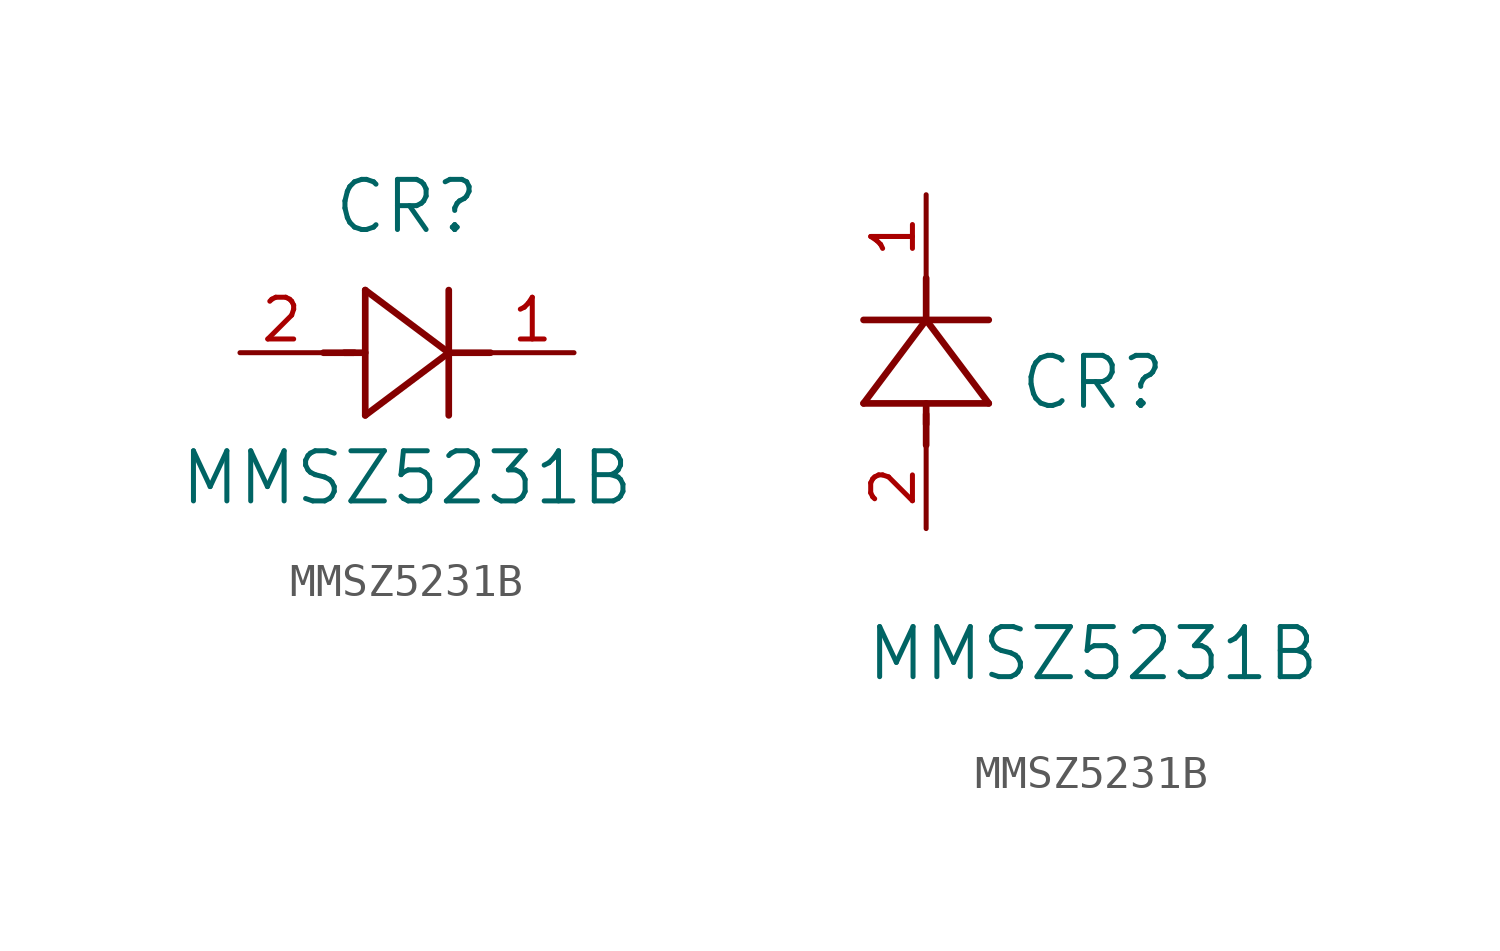
<source format=kicad_sym>
(kicad_symbol_lib
  (version 20211014)
  (generator kicad_symbol_editor)
  (symbol "MMSZ5231B"
    (pin_names
      (offset 0.254))
    (property "Reference" "CR"
      (at 5.08 4.445 0)
      (effects (font (size 1.524 1.524))))
    (property "Value" "MMSZ5231B"
      (at 5.08 -3.81 0)
      (effects (font (size 1.524 1.524))))
    (symbol "MMSZ5231B_1_1"
      (polyline (pts (xy 2.54 0) (xy 3.48 0)) (stroke (width 0.203) (type default) (color 0 0 0 0)) (fill (type none)))
      (polyline (pts (xy 3.81 1.905) (xy 3.81 -1.905)) (stroke (width 0.203) (type default) (color 0 0 0 0)) (fill (type none)))
      (polyline (pts (xy 3.175 0) (xy 3.81 0)) (stroke (width 0.203) (type default) (color 0 0 0 0)) (fill (type none)))
      (polyline (pts (xy 6.35 -1.905) (xy 6.35 1.905)) (stroke (width 0.203) (type default) (color 0 0 0 0)) (fill (type none)))
      (polyline (pts (xy 6.35 0) (xy 7.62 0)) (stroke (width 0.203) (type default) (color 0 0 0 0)) (fill (type none)))
      (polyline (pts (xy 6.35 0) (xy 3.81 1.905)) (stroke (width 0.203) (type default) (color 0 0 0 0)) (fill (type none)))
      (polyline (pts (xy 3.81 -1.905) (xy 6.35 0)) (stroke (width 0.203) (type default) (color 0 0 0 0)) (fill (type none)))
      (pin unspecified line (at 10.16 0 180) (length 2.54) (name "" (effects (font (size 1.27 1.27)))) (number "1" (effects (font (size 1.27 1.27)))))
      (pin unspecified line (at 0 0 0) (length 2.54) (name "" (effects (font (size 1.27 1.27)))) (number "2" (effects (font (size 1.27 1.27))))))
    (symbol "MMSZ5231B_1_2"
      (polyline (pts (xy 0 2.54) (xy 0 3.48)) (stroke (width 0.203) (type default) (color 0 0 0 0)) (fill (type none)))
      (polyline (pts (xy -1.905 3.81) (xy 1.905 3.81)) (stroke (width 0.203) (type default) (color 0 0 0 0)) (fill (type none)))
      (polyline (pts (xy 0 3.175) (xy 0 3.81)) (stroke (width 0.203) (type default) (color 0 0 0 0)) (fill (type none)))
      (polyline (pts (xy 1.905 6.35) (xy -1.905 6.35)) (stroke (width 0.203) (type default) (color 0 0 0 0)) (fill (type none)))
      (polyline (pts (xy 0 6.35) (xy 0 7.62)) (stroke (width 0.203) (type default) (color 0 0 0 0)) (fill (type none)))
      (polyline (pts (xy 0 6.35) (xy -1.905 3.81)) (stroke (width 0.203) (type default) (color 0 0 0 0)) (fill (type none)))
      (polyline (pts (xy 1.905 3.81) (xy 0 6.35)) (stroke (width 0.203) (type default) (color 0 0 0 0)) (fill (type none)))
      (pin unspecified line (at 0 10.16 270) (length 2.54) (name "" (effects (font (size 1.27 1.27)))) (number "1" (effects (font (size 1.27 1.27)))))
      (pin unspecified line (at 0 0 90) (length 2.54) (name "" (effects (font (size 1.27 1.27)))) (number "2" (effects (font (size 1.27 1.27))))))))
</source>
